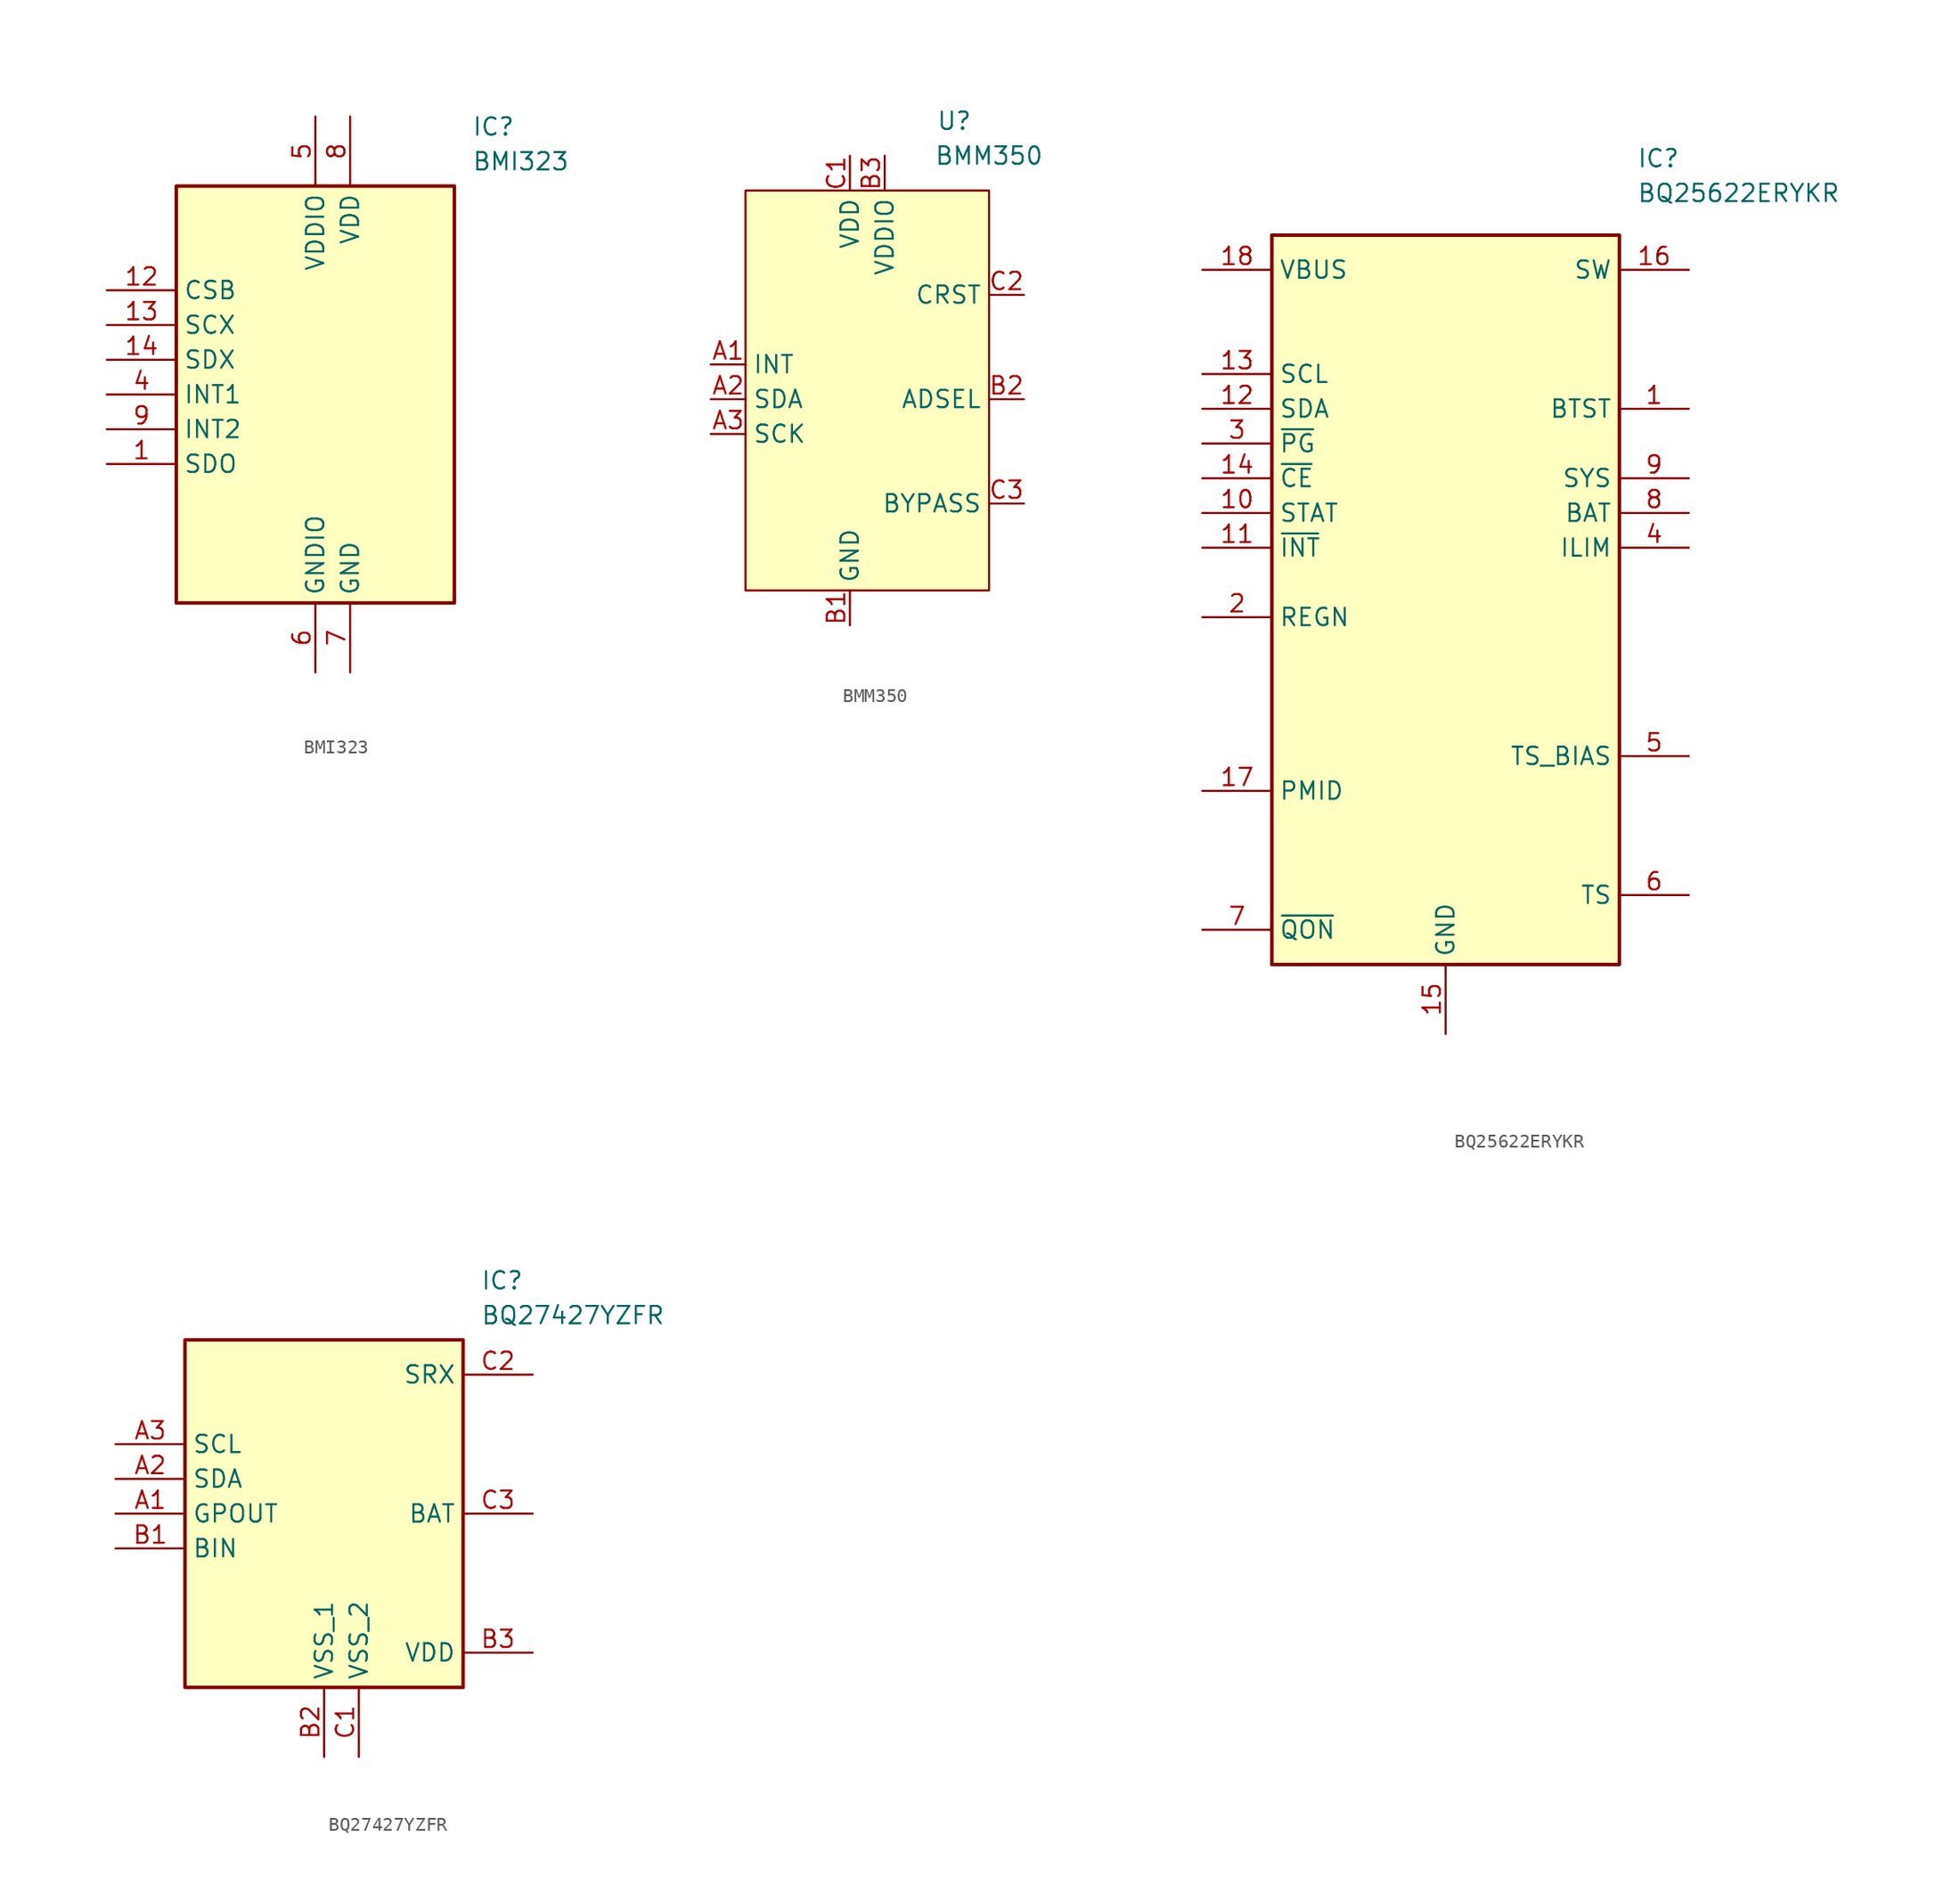
<source format=kicad_sym>
(kicad_symbol_lib
  (version 20220914)
  (generator kicad_symbol_editor)
  (symbol "BMI323"
    (property "Reference" "IC"
      (at 26.67 15.24 0)
      (effects (font (size 1.27 1.27)) (justify left top)))
    (property "Value" "BMI323"
      (at 26.67 12.7 0)
      (effects (font (size 1.27 1.27)) (justify left top)))
    (symbol "BMI323_1_1"
      (rectangle (start 5.08 10.16) (end 25.4 -20.32) (stroke (width 0.254) (type default)) (fill (type background)))
      (pin passive line (at 0 -10.16 0) (length 5.08) (name "SDO" (effects (font (size 1.27 1.27)))) (number "1" (effects (font (size 1.27 1.27)))))
      (pin no_connect line (at 22.86 -25.4 90) (length 5.08) hide (name "NC_3" (effects (font (size 1.27 1.27)))) (number "10" (effects (font (size 1.27 1.27)))))
      (pin no_connect line (at 22.86 -25.4 90) (length 5.08) hide (name "NC_4" (effects (font (size 1.27 1.27)))) (number "11" (effects (font (size 1.27 1.27)))))
      (pin passive line (at 0 2.54 0) (length 5.08) (name "CSB" (effects (font (size 1.27 1.27)))) (number "12" (effects (font (size 1.27 1.27)))))
      (pin passive line (at 0 0 0) (length 5.08) (name "SCX" (effects (font (size 1.27 1.27)))) (number "13" (effects (font (size 1.27 1.27)))))
      (pin passive line (at 0 -2.54 0) (length 5.08) (name "SDX" (effects (font (size 1.27 1.27)))) (number "14" (effects (font (size 1.27 1.27)))))
      (pin no_connect line (at 22.86 -25.4 90) (length 5.08) hide (name "NC_1" (effects (font (size 1.27 1.27)))) (number "2" (effects (font (size 1.27 1.27)))))
      (pin no_connect line (at 22.86 -25.4 90) (length 5.08) hide (name "NC_2" (effects (font (size 1.27 1.27)))) (number "3" (effects (font (size 1.27 1.27)))))
      (pin passive line (at 0 -5.08 0) (length 5.08) (name "INT1" (effects (font (size 1.27 1.27)))) (number "4" (effects (font (size 1.27 1.27)))))
      (pin passive line (at 15.24 15.24 270) (length 5.08) (name "VDDIO" (effects (font (size 1.27 1.27)))) (number "5" (effects (font (size 1.27 1.27)))))
      (pin passive line (at 15.24 -25.4 90) (length 5.08) (name "GNDIO" (effects (font (size 1.27 1.27)))) (number "6" (effects (font (size 1.27 1.27)))))
      (pin passive line (at 17.78 -25.4 90) (length 5.08) (name "GND" (effects (font (size 1.27 1.27)))) (number "7" (effects (font (size 1.27 1.27)))))
      (pin passive line (at 17.78 15.24 270) (length 5.08) (name "VDD" (effects (font (size 1.27 1.27)))) (number "8" (effects (font (size 1.27 1.27)))))
      (pin passive line (at 0 -7.62 0) (length 5.08) (name "INT2" (effects (font (size 1.27 1.27)))) (number "9" (effects (font (size 1.27 1.27)))))))
  (symbol "BMM350"
    (property "Reference" "U"
      (at 7.62 17.78 0)
      (effects (font (size 1.27 1.27))))
    (property "Value" "BMM350"
      (at 10.16 15.24 0)
      (effects (font (size 1.27 1.27))))
    (symbol "BMM350_0_0"
      (pin unspecified line (at -10.16 0 0) (length 2.54) (name "INT" (effects (font (size 1.27 1.27)))) (number "A1" (effects (font (size 1.27 1.27)))))
      (pin unspecified line (at -10.16 -2.54 0) (length 2.54) (name "SDA" (effects (font (size 1.27 1.27)))) (number "A2" (effects (font (size 1.27 1.27)))))
      (pin unspecified line (at -10.16 -5.08 0) (length 2.54) (name "SCK" (effects (font (size 1.27 1.27)))) (number "A3" (effects (font (size 1.27 1.27)))))
      (pin unspecified line (at 0 -19.05 90) (length 2.54) (name "GND" (effects (font (size 1.27 1.27)))) (number "B1" (effects (font (size 1.27 1.27)))))
      (pin unspecified line (at 12.7 -2.54 180) (length 2.54) (name "ADSEL" (effects (font (size 1.27 1.27)))) (number "B2" (effects (font (size 1.27 1.27)))))
      (pin unspecified line (at 2.54 15.24 270) (length 2.54) (name "VDDIO" (effects (font (size 1.27 1.27)))) (number "B3" (effects (font (size 1.27 1.27)))))
      (pin unspecified line (at 0 15.24 270) (length 2.54) (name "VDD" (effects (font (size 1.27 1.27)))) (number "C1" (effects (font (size 1.27 1.27)))))
      (pin unspecified line (at 12.7 5.08 180) (length 2.54) (name "CRST" (effects (font (size 1.27 1.27)))) (number "C2" (effects (font (size 1.27 1.27)))))
      (pin unspecified line (at 12.7 -10.16 180) (length 2.54) (name "BYPASS" (effects (font (size 1.27 1.27)))) (number "C3" (effects (font (size 1.27 1.27))))))
    (symbol "BMM350_1_1"
      (rectangle (start -7.62 12.7) (end 10.16 -16.51) (stroke (width 0) (type default)) (fill (type background)))))
  (symbol "BQ25622ERYKR"
    (property "Reference" "IC"
      (at 31.75 11.43 0)
      (effects (font (size 1.27 1.27)) (justify left top)))
    (property "Value" "BQ25622ERYKR"
      (at 31.75 8.89 0)
      (effects (font (size 1.27 1.27)) (justify left top)))
    (symbol "BQ25622ERYKR_1_1"
      (rectangle (start 5.08 5.08) (end 30.48 -48.26) (stroke (width 0.254) (type default)) (fill (type background)))
      (pin passive line (at 35.56 -7.62 180) (length 5.08) (name "BTST" (effects (font (size 1.27 1.27)))) (number "1" (effects (font (size 1.27 1.27)))))
      (pin passive line (at 0 -15.24 0) (length 5.08) (name "STAT" (effects (font (size 1.27 1.27)))) (number "10" (effects (font (size 1.27 1.27)))))
      (pin passive line (at 0 -17.78 0) (length 5.08) (name "~{INT}" (effects (font (size 1.27 1.27)))) (number "11" (effects (font (size 1.27 1.27)))))
      (pin passive line (at 0 -7.62 0) (length 5.08) (name "SDA" (effects (font (size 1.27 1.27)))) (number "12" (effects (font (size 1.27 1.27)))))
      (pin passive line (at 0 -5.08 0) (length 5.08) (name "SCL" (effects (font (size 1.27 1.27)))) (number "13" (effects (font (size 1.27 1.27)))))
      (pin passive line (at 0 -12.7 0) (length 5.08) (name "~{CE}" (effects (font (size 1.27 1.27)))) (number "14" (effects (font (size 1.27 1.27)))))
      (pin passive line (at 17.78 -53.34 90) (length 5.08) (name "GND" (effects (font (size 1.27 1.27)))) (number "15" (effects (font (size 1.27 1.27)))))
      (pin passive line (at 35.56 2.54 180) (length 5.08) (name "SW" (effects (font (size 1.27 1.27)))) (number "16" (effects (font (size 1.27 1.27)))))
      (pin passive line (at 0 -35.56 0) (length 5.08) (name "PMID" (effects (font (size 1.27 1.27)))) (number "17" (effects (font (size 1.27 1.27)))))
      (pin passive line (at 0 2.54 0) (length 5.08) (name "VBUS" (effects (font (size 1.27 1.27)))) (number "18" (effects (font (size 1.27 1.27)))))
      (pin passive line (at 0 -22.86 0) (length 5.08) (name "REGN" (effects (font (size 1.27 1.27)))) (number "2" (effects (font (size 1.27 1.27)))))
      (pin passive line (at 0 -10.16 0) (length 5.08) (name "~{PG}" (effects (font (size 1.27 1.27)))) (number "3" (effects (font (size 1.27 1.27)))))
      (pin passive line (at 35.56 -17.78 180) (length 5.08) (name "ILIM" (effects (font (size 1.27 1.27)))) (number "4" (effects (font (size 1.27 1.27)))))
      (pin passive line (at 35.56 -33.02 180) (length 5.08) (name "TS_BIAS" (effects (font (size 1.27 1.27)))) (number "5" (effects (font (size 1.27 1.27)))))
      (pin passive line (at 35.56 -43.18 180) (length 5.08) (name "TS" (effects (font (size 1.27 1.27)))) (number "6" (effects (font (size 1.27 1.27)))))
      (pin passive line (at 0 -45.72 0) (length 5.08) (name "~{QON}" (effects (font (size 1.27 1.27)))) (number "7" (effects (font (size 1.27 1.27)))))
      (pin passive line (at 35.56 -15.24 180) (length 5.08) (name "BAT" (effects (font (size 1.27 1.27)))) (number "8" (effects (font (size 1.27 1.27)))))
      (pin passive line (at 35.56 -12.7 180) (length 5.08) (name "SYS" (effects (font (size 1.27 1.27)))) (number "9" (effects (font (size 1.27 1.27)))))))
  (symbol "BQ27427YZFR"
    (property "Reference" "IC"
      (at 26.67 7.62 0)
      (effects (font (size 1.27 1.27)) (justify left top)))
    (property "Value" "BQ27427YZFR"
      (at 26.67 5.08 0)
      (effects (font (size 1.27 1.27)) (justify left top)))
    (symbol "BQ27427YZFR_1_1"
      (rectangle (start 5.08 2.54) (end 25.4 -22.86) (stroke (width 0.254) (type default)) (fill (type background)))
      (pin passive line (at 0 -10.16 0) (length 5.08) (name "GPOUT" (effects (font (size 1.27 1.27)))) (number "A1" (effects (font (size 1.27 1.27)))))
      (pin passive line (at 0 -7.62 0) (length 5.08) (name "SDA" (effects (font (size 1.27 1.27)))) (number "A2" (effects (font (size 1.27 1.27)))))
      (pin passive line (at 0 -5.08 0) (length 5.08) (name "SCL" (effects (font (size 1.27 1.27)))) (number "A3" (effects (font (size 1.27 1.27)))))
      (pin passive line (at 0 -12.7 0) (length 5.08) (name "BIN" (effects (font (size 1.27 1.27)))) (number "B1" (effects (font (size 1.27 1.27)))))
      (pin passive line (at 15.24 -27.94 90) (length 5.08) (name "VSS_1" (effects (font (size 1.27 1.27)))) (number "B2" (effects (font (size 1.27 1.27)))))
      (pin passive line (at 30.48 -20.32 180) (length 5.08) (name "VDD" (effects (font (size 1.27 1.27)))) (number "B3" (effects (font (size 1.27 1.27)))))
      (pin passive line (at 17.78 -27.94 90) (length 5.08) (name "VSS_2" (effects (font (size 1.27 1.27)))) (number "C1" (effects (font (size 1.27 1.27)))))
      (pin passive line (at 30.48 0 180) (length 5.08) (name "SRX" (effects (font (size 1.27 1.27)))) (number "C2" (effects (font (size 1.27 1.27)))))
      (pin passive line (at 30.48 -10.16 180) (length 5.08) (name "BAT" (effects (font (size 1.27 1.27)))) (number "C3" (effects (font (size 1.27 1.27))))))))
</source>
